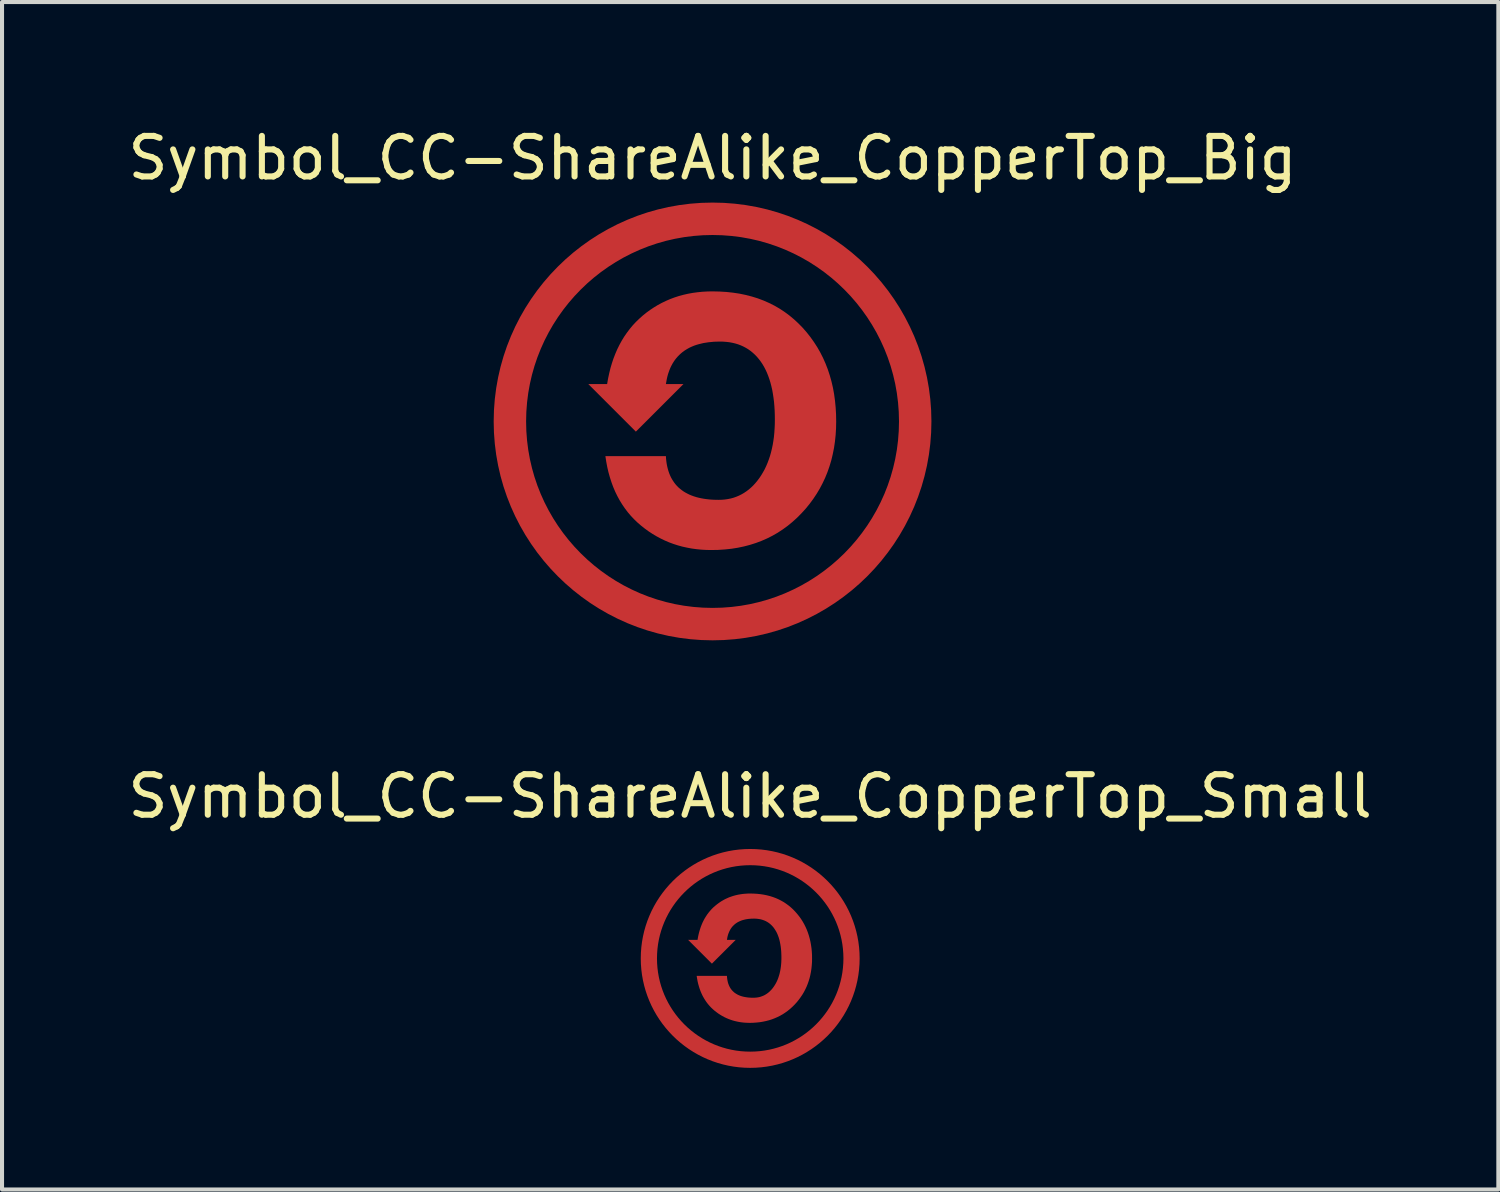
<source format=kicad_pcb>
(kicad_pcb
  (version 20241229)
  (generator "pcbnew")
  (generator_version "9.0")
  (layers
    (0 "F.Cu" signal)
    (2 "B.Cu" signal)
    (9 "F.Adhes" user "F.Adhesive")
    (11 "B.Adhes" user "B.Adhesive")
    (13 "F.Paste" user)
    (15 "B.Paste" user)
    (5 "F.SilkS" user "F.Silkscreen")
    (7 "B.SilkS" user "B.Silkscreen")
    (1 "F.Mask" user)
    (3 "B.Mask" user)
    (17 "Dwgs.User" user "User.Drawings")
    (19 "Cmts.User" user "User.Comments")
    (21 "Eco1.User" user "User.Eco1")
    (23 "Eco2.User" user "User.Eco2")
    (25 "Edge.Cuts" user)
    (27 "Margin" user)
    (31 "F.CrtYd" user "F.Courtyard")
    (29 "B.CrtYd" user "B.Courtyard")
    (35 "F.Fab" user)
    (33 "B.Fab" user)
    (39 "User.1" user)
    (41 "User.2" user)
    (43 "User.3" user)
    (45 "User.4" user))
  (footprint "Symbol_CC-ShareAlike_CopperTop_Small"
    (layer "F.Cu")
    (at 15.458 20.596)
    (property "Reference" "Symbol_CC-ShareAlike_CopperTop_Small" (at 0 -4 0) (layer "F.SilkS") (effects (font (size 1 1) (thickness 0.15))))
    (attr board_only exclude_from_pos_files exclude_from_bom allow_missing_courtyard)
    (fp_circle (center 0.001 0) (end 2.501 0) (stroke (width 0.4) (type default)) (fill no) (layer "F.Cu"))
    (fp_poly (pts (xy 0.089 -1.599) (xy 0.173 -1.594) (xy 0.255 -1.585) (xy 0.335 -1.573) (xy 0.412 -1.557) (xy 0.487 -1.538) (xy 0.56 -1.515) (xy 0.63 -1.489) (xy 0.699 -1.459) (xy 0.765 -1.425) (xy 0.829 -1.389) (xy 0.89 -1.348) (xy 0.95 -1.304) (xy 1.007 -1.257) (xy 1.062 -1.206) (xy 1.114 -1.151) (xy 1.164 -1.094) (xy 1.211 -1.035) (xy 1.255 -0.974) (xy 1.295 -0.911) (xy 1.332 -0.846) (xy 1.366 -0.778) (xy 1.397 -0.709) (xy 1.424 -0.638) (xy 1.448 -0.565) (xy 1.469 -0.49) (xy 1.487 -0.413) (xy 1.501 -0.334) (xy 1.513 -0.253) (xy 1.521 -0.17) (xy 1.526 -0.085) (xy 1.527 0.002) (xy 1.526 0.087) (xy 1.52 0.169) (xy 1.512 0.25) (xy 1.5 0.329) (xy 1.485 0.406) (xy 1.467 0.482) (xy 1.445 0.555) (xy 1.42 0.627) (xy 1.392 0.697) (xy 1.36 0.765) (xy 1.325 0.832) (xy 1.286 0.897) (xy 1.244 0.959) (xy 1.199 1.02) (xy 1.151 1.08) (xy 1.099 1.137) (xy 1.044 1.192) (xy 0.988 1.243) (xy 0.929 1.291) (xy 0.868 1.335) (xy 0.806 1.376) (xy 0.741 1.413) (xy 0.675 1.446) (xy 0.606 1.476) (xy 0.536 1.503) (xy 0.464 1.526) (xy 0.389 1.545) (xy 0.313 1.561) (xy 0.234 1.574) (xy 0.154 1.582) (xy 0.072 1.588) (xy -0.013 1.59) (xy -0.075 1.588) (xy -0.136 1.585) (xy -0.196 1.579) (xy -0.255 1.571) (xy -0.313 1.56) (xy -0.37 1.547) (xy -0.426 1.532) (xy -0.481 1.514) (xy -0.535 1.494) (xy -0.587 1.472) (xy -0.639 1.447) (xy -0.689 1.42) (xy -0.739 1.39) (xy -0.787 1.359) (xy -0.834 1.324) (xy -0.881 1.288) (xy -0.925 1.249) (xy -0.967 1.209) (xy -1.007 1.166) (xy -1.045 1.121) (xy -1.08 1.075) (xy -1.113 1.026) (xy -1.144 0.975) (xy -1.173 0.923) (xy -1.199 0.868) (xy -1.223 0.812) (xy -1.245 0.753) (xy -1.264 0.693) (xy -1.282 0.63) (xy -1.297 0.566) (xy -1.309 0.499) (xy -1.32 0.431) (xy -0.573 0.431) (xy -0.571 0.464) (xy -0.568 0.496) (xy -0.563 0.527) (xy -0.557 0.557) (xy -0.551 0.586) (xy -0.543 0.614) (xy -0.533 0.641) (xy -0.523 0.667) (xy -0.511 0.692) (xy -0.499 0.715) (xy -0.485 0.738) (xy -0.47 0.76) (xy -0.453 0.78) (xy -0.436 0.8) (xy -0.417 0.818) (xy -0.398 0.836) (xy -0.377 0.852) (xy -0.354 0.867) (xy -0.331 0.881) (xy -0.307 0.895) (xy -0.281 0.907) (xy -0.254 0.918) (xy -0.227 0.928) (xy -0.197 0.937) (xy -0.167 0.945) (xy -0.136 0.951) (xy -0.103 0.957) (xy -0.069 0.962) (xy -0.034 0.966) (xy 0.002 0.968) (xy 0.039 0.97) (xy 0.077 0.97) (xy 0.116 0.969) (xy 0.154 0.966) (xy 0.19 0.961) (xy 0.226 0.954) (xy 0.261 0.944) (xy 0.294 0.932) (xy 0.327 0.919) (xy 0.359 0.903) (xy 0.39 0.885) (xy 0.42 0.865) (xy 0.449 0.843) (xy 0.477 0.819) (xy 0.504 0.792) (xy 0.531 0.764) (xy 0.556 0.733) (xy 0.58 0.701) (xy 0.603 0.666) (xy 0.625 0.63) (xy 0.645 0.593) (xy 0.664 0.554) (xy 0.681 0.514) (xy 0.696 0.473) (xy 0.71 0.43) (xy 0.723 0.386) (xy 0.734 0.34) (xy 0.744 0.293) (xy 0.752 0.244) (xy 0.759 0.195) (xy 0.764 0.143) (xy 0.768 0.091) (xy 0.77 0.036) (xy 0.771 -0.019) (xy 0.77 -0.077) (xy 0.768 -0.133) (xy 0.765 -0.188) (xy 0.76 -0.24) (xy 0.754 -0.291) (xy 0.746 -0.341) (xy 0.737 -0.388) (xy 0.727 -0.434) (xy 0.716 -0.478) (xy 0.703 -0.52) (xy 0.688 -0.56) (xy 0.673 -0.599) (xy 0.656 -0.636) (xy 0.637 -0.671) (xy 0.617 -0.704) (xy 0.596 -0.736) (xy 0.574 -0.766) (xy 0.55 -0.794) (xy 0.525 -0.82) (xy 0.499 -0.844) (xy 0.472 -0.866) (xy 0.444 -0.886) (xy 0.414 -0.904) (xy 0.383 -0.921) (xy 0.351 -0.935) (xy 0.318 -0.947) (xy 0.284 -0.958) (xy 0.248 -0.967) (xy 0.211 -0.973) (xy 0.173 -0.978) (xy 0.134 -0.981) (xy 0.093 -0.982) (xy 0.021 -0.98) (xy -0.047 -0.974) (xy -0.111 -0.964) (xy -0.171 -0.949) (xy -0.199 -0.941) (xy -0.226 -0.931) (xy -0.253 -0.92) (xy -0.278 -0.908) (xy -0.303 -0.896) (xy -0.326 -0.882) (xy -0.348 -0.867) (xy -0.37 -0.851) (xy -0.39 -0.834) (xy -0.409 -0.816) (xy -0.428 -0.797) (xy -0.445 -0.778) (xy -0.461 -0.757) (xy -0.476 -0.735) (xy -0.491 -0.712) (xy -0.504 -0.687) (xy -0.516 -0.662) (xy -0.527 -0.636) (xy -0.538 -0.609) (xy -0.547 -0.581) (xy -0.555 -0.552) (xy -0.562 -0.522) (xy -0.573 -0.458) (xy -0.356 -0.458) (xy -0.944 0.129) (xy -1.531 -0.458) (xy -1.298 -0.458) (xy -1.287 -0.525) (xy -1.273 -0.591) (xy -1.257 -0.654) (xy -1.239 -0.715) (xy -1.219 -0.775) (xy -1.197 -0.832) (xy -1.173 -0.888) (xy -1.146 -0.942) (xy -1.118 -0.994) (xy -1.087 -1.043) (xy -1.055 -1.091) (xy -1.02 -1.137) (xy -0.983 -1.181) (xy -0.944 -1.224) (xy -0.903 -1.264) (xy -0.859 -1.302) (xy -0.814 -1.338) (xy -0.768 -1.372) (xy -0.721 -1.404) (xy -0.672 -1.433) (xy -0.623 -1.46) (xy -0.572 -1.484) (xy -0.52 -1.507) (xy -0.466 -1.526) (xy -0.412 -1.544) (xy -0.356 -1.559) (xy -0.299 -1.572) (xy -0.241 -1.582) (xy -0.182 -1.591) (xy -0.121 -1.596) (xy -0.06 -1.6) (xy 0.003 -1.601)) (stroke (width 0) (type solid)) (fill yes) (layer "F.Cu")))
  (footprint "Symbol_CC-ShareAlike_CopperTop_Big"
    (layer "F.Cu")
    (at 14.53 7.348)
    (property "Reference" "Symbol_CC-ShareAlike_CopperTop_Big" (at 0 -6.5 0) (layer "F.SilkS") (effects (font (size 1 1) (thickness 0.15))))
    (attr board_only exclude_from_pos_files exclude_from_bom allow_missing_courtyard)
    (fp_circle (center 0 0) (end 5 0) (stroke (width 0.8) (type default)) (fill no) (layer "F.Cu"))
    (fp_poly (pts (xy 0.175 -3.205) (xy 0.342 -3.195) (xy 0.506 -3.177) (xy 0.665 -3.153) (xy 0.819 -3.121) (xy 0.969 -3.082) (xy 1.115 -3.037) (xy 1.256 -2.984) (xy 1.393 -2.924) (xy 1.525 -2.858) (xy 1.653 -2.784) (xy 1.776 -2.703) (xy 1.895 -2.615) (xy 2.009 -2.52) (xy 2.119 -2.418) (xy 2.225 -2.31) (xy 2.325 -2.195) (xy 2.418 -2.077) (xy 2.505 -1.954) (xy 2.586 -1.828) (xy 2.66 -1.698) (xy 2.728 -1.563) (xy 2.789 -1.425) (xy 2.844 -1.283) (xy 2.892 -1.137) (xy 2.934 -0.987) (xy 2.97 -0.833) (xy 2.999 -0.674) (xy 3.021 -0.512) (xy 3.037 -0.346) (xy 3.047 -0.176) (xy 3.05 -0.002) (xy 3.047 0.166) (xy 3.037 0.332) (xy 3.02 0.493) (xy 2.997 0.651) (xy 2.966 0.806) (xy 2.93 0.957) (xy 2.886 1.104) (xy 2.836 1.248) (xy 2.779 1.388) (xy 2.715 1.524) (xy 2.645 1.657) (xy 2.568 1.786) (xy 2.484 1.912) (xy 2.394 2.034) (xy 2.297 2.153) (xy 2.193 2.267) (xy 2.084 2.377) (xy 1.971 2.479) (xy 1.854 2.575) (xy 1.733 2.663) (xy 1.608 2.745) (xy 1.479 2.819) (xy 1.346 2.886) (xy 1.209 2.946) (xy 1.068 2.999) (xy 0.923 3.045) (xy 0.774 3.084) (xy 0.621 3.116) (xy 0.465 3.141) (xy 0.304 3.158) (xy 0.139 3.169) (xy -0.03 3.172) (xy -0.154 3.17) (xy -0.277 3.163) (xy -0.397 3.151) (xy -0.515 3.135) (xy -0.631 3.113) (xy -0.745 3.088) (xy -0.857 3.057) (xy -0.966 3.022) (xy -1.074 2.982) (xy -1.179 2.937) (xy -1.282 2.887) (xy -1.383 2.833) (xy -1.482 2.774) (xy -1.578 2.711) (xy -1.673 2.642) (xy -1.765 2.569) (xy -1.854 2.492) (xy -1.939 2.41) (xy -2.019 2.325) (xy -2.094 2.236) (xy -2.165 2.142) (xy -2.231 2.045) (xy -2.293 1.944) (xy -2.35 1.839) (xy -2.403 1.73) (xy -2.451 1.617) (xy -2.494 1.5) (xy -2.533 1.379) (xy -2.568 1.254) (xy -2.598 1.125) (xy -2.623 0.992) (xy -2.644 0.855) (xy -1.151 0.855) (xy -1.147 0.921) (xy -1.14 0.985) (xy -1.131 1.048) (xy -1.119 1.108) (xy -1.105 1.166) (xy -1.089 1.222) (xy -1.071 1.275) (xy -1.05 1.327) (xy -1.027 1.377) (xy -1.001 1.424) (xy -0.973 1.469) (xy -0.943 1.513) (xy -0.911 1.554) (xy -0.876 1.593) (xy -0.839 1.63) (xy -0.799 1.664) (xy -0.757 1.697) (xy -0.713 1.728) (xy -0.667 1.756) (xy -0.618 1.782) (xy -0.567 1.807) (xy -0.513 1.829) (xy -0.457 1.849) (xy -0.399 1.867) (xy -0.338 1.883) (xy -0.276 1.896) (xy -0.21 1.908) (xy -0.143 1.917) (xy -0.073 1.925) (xy -0.001 1.93) (xy 0.074 1.933) (xy 0.151 1.934) (xy 0.228 1.932) (xy 0.303 1.926) (xy 0.376 1.915) (xy 0.448 1.901) (xy 0.517 1.882) (xy 0.585 1.858) (xy 0.65 1.831) (xy 0.714 1.799) (xy 0.776 1.763) (xy 0.836 1.723) (xy 0.894 1.679) (xy 0.95 1.631) (xy 1.005 1.578) (xy 1.057 1.521) (xy 1.107 1.46) (xy 1.156 1.395) (xy 1.202 1.326) (xy 1.245 1.254) (xy 1.286 1.18) (xy 1.323 1.102) (xy 1.357 1.022) (xy 1.388 0.939) (xy 1.417 0.853) (xy 1.442 0.765) (xy 1.464 0.673) (xy 1.484 0.579) (xy 1.5 0.482) (xy 1.514 0.383) (xy 1.524 0.28) (xy 1.531 0.175) (xy 1.536 0.066) (xy 1.537 -0.045) (xy 1.536 -0.161) (xy 1.532 -0.273) (xy 1.525 -0.382) (xy 1.516 -0.488) (xy 1.503 -0.589) (xy 1.488 -0.688) (xy 1.471 -0.783) (xy 1.45 -0.874) (xy 1.427 -0.962) (xy 1.401 -1.046) (xy 1.372 -1.127) (xy 1.341 -1.205) (xy 1.307 -1.278) (xy 1.27 -1.349) (xy 1.231 -1.415) (xy 1.188 -1.479) (xy 1.143 -1.538) (xy 1.096 -1.594) (xy 1.046 -1.646) (xy 0.994 -1.694) (xy 0.94 -1.738) (xy 0.883 -1.779) (xy 0.824 -1.815) (xy 0.762 -1.848) (xy 0.698 -1.877) (xy 0.632 -1.902) (xy 0.563 -1.923) (xy 0.492 -1.94) (xy 0.418 -1.954) (xy 0.342 -1.963) (xy 0.263 -1.969) (xy 0.183 -1.971) (xy 0.038 -1.967) (xy -0.098 -1.954) (xy -0.226 -1.934) (xy -0.345 -1.905) (xy -0.402 -1.888) (xy -0.457 -1.869) (xy -0.51 -1.847) (xy -0.561 -1.824) (xy -0.609 -1.798) (xy -0.656 -1.77) (xy -0.701 -1.741) (xy -0.744 -1.709) (xy -0.784 -1.675) (xy -0.823 -1.639) (xy -0.859 -1.602) (xy -0.894 -1.562) (xy -0.927 -1.52) (xy -0.957 -1.476) (xy -0.986 -1.43) (xy -1.012 -1.382) (xy -1.037 -1.332) (xy -1.059 -1.279) (xy -1.079 -1.225) (xy -1.098 -1.169) (xy -1.114 -1.111) (xy -1.128 -1.05) (xy -1.151 -0.923) (xy -0.717 -0.923) (xy -1.892 0.251) (xy -3.066 -0.923) (xy -2.601 -0.923) (xy -2.578 -1.057) (xy -2.55 -1.188) (xy -2.519 -1.315) (xy -2.483 -1.437) (xy -2.443 -1.556) (xy -2.398 -1.672) (xy -2.35 -1.783) (xy -2.297 -1.89) (xy -2.24 -1.994) (xy -2.179 -2.094) (xy -2.113 -2.189) (xy -2.044 -2.281) (xy -1.97 -2.37) (xy -1.892 -2.454) (xy -1.809 -2.534) (xy -1.723 -2.611) (xy -1.633 -2.684) (xy -1.541 -2.751) (xy -1.446 -2.814) (xy -1.349 -2.873) (xy -1.25 -2.926) (xy -1.148 -2.975) (xy -1.044 -3.02) (xy -0.937 -3.06) (xy -0.828 -3.095) (xy -0.717 -3.125) (xy -0.603 -3.151) (xy -0.487 -3.172) (xy -0.368 -3.188) (xy -0.247 -3.2) (xy -0.124 -3.207) (xy 0.002 -3.209)) (stroke (width 0) (type solid)) (fill yes) (layer "F.Cu")))
  (gr_rect
    (start -3 -3)
    (end 33.917 26.297)
    (stroke (width 0.1) (type default))
    (fill no)
    (layer "Edge.Cuts")))
</source>
